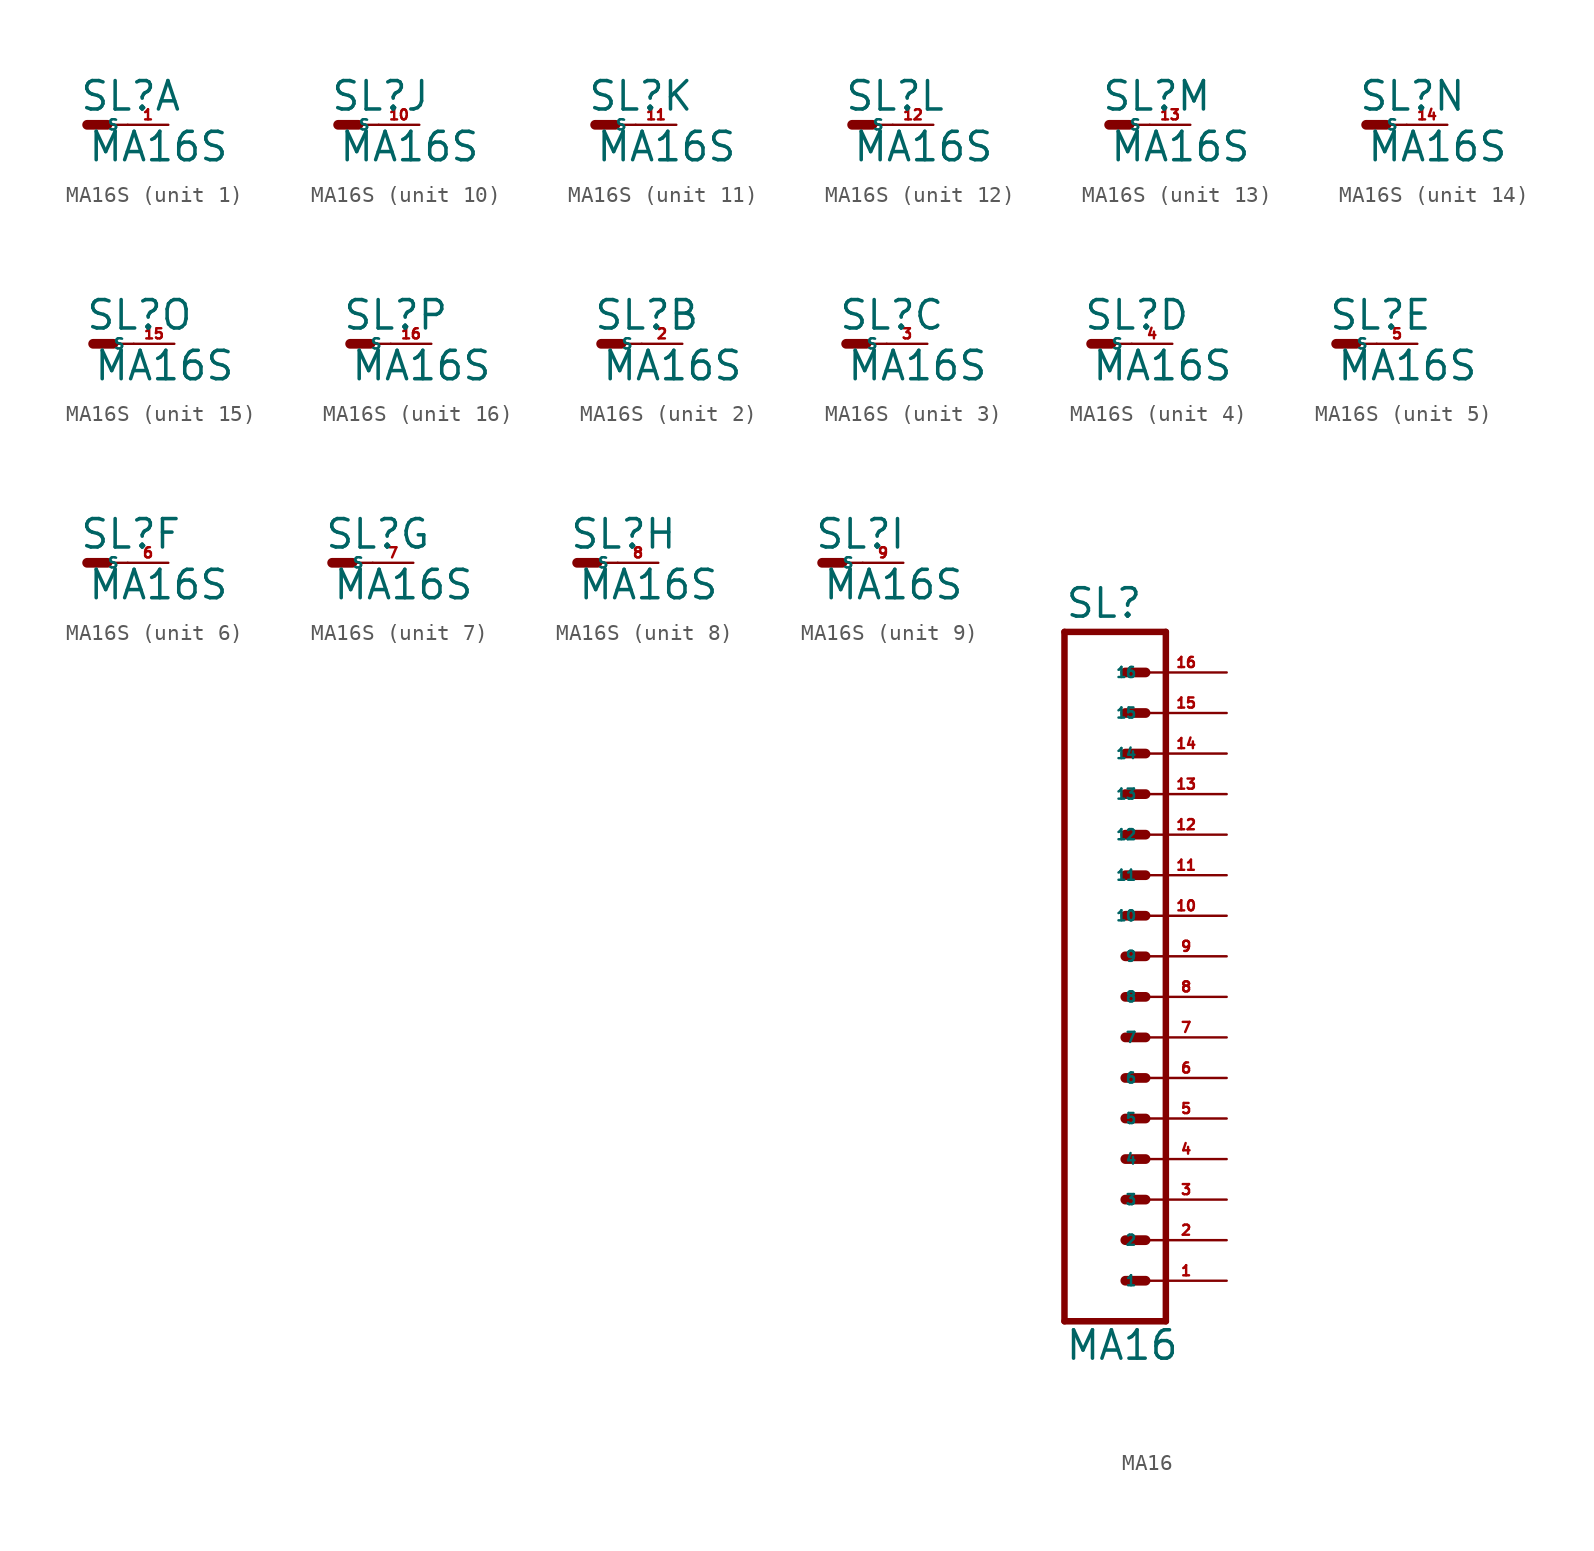
<source format=kicad_sym>
(kicad_symbol_lib
  (version 20220914)
  (generator Eagle2Kicad)
  (symbol "MA16S"
    (property "Reference" "SL"
      (at -0.508 0.762 0)
      (effects (font (size 1.778 1.778) (thickness 0.22)) (justify left bottom)))
    (property "Value" "MA16S"
      (at 0 -2.413 0)
      (effects (font (size 1.778 1.778) (thickness 0.22)) (justify left bottom)))
    (symbol "MA16S_1_0"
      (polyline (pts (xy 0 0) (xy 1.27 0)) (stroke (width 0.61) (type default)) (fill (type none)))
      (polyline (pts (xy 1.27 0) (xy 2.54 0)) (stroke (width 0.152) (type default)) (fill (type none)))
      (pin passive line (at 5.08 0 180) (length 2.54) (name "S" (effects (font (size 0.635 0.635) (thickness 0.08)) (justify left bottom))) (number "1" (effects (font (size 0.635 0.635) (thickness 0.08)) (justify left bottom)))))
    (symbol "MA16S_2_0"
      (polyline (pts (xy 0 0) (xy 1.27 0)) (stroke (width 0.61) (type default)) (fill (type none)))
      (polyline (pts (xy 1.27 0) (xy 2.54 0)) (stroke (width 0.152) (type default)) (fill (type none)))
      (pin passive line (at 5.08 0 180) (length 2.54) (name "S" (effects (font (size 0.635 0.635) (thickness 0.08)) (justify left bottom))) (number "2" (effects (font (size 0.635 0.635) (thickness 0.08)) (justify left bottom)))))
    (symbol "MA16S_3_0"
      (polyline (pts (xy 0 0) (xy 1.27 0)) (stroke (width 0.61) (type default)) (fill (type none)))
      (polyline (pts (xy 1.27 0) (xy 2.54 0)) (stroke (width 0.152) (type default)) (fill (type none)))
      (pin passive line (at 5.08 0 180) (length 2.54) (name "S" (effects (font (size 0.635 0.635) (thickness 0.08)) (justify left bottom))) (number "3" (effects (font (size 0.635 0.635) (thickness 0.08)) (justify left bottom)))))
    (symbol "MA16S_4_0"
      (polyline (pts (xy 0 0) (xy 1.27 0)) (stroke (width 0.61) (type default)) (fill (type none)))
      (polyline (pts (xy 1.27 0) (xy 2.54 0)) (stroke (width 0.152) (type default)) (fill (type none)))
      (pin passive line (at 5.08 0 180) (length 2.54) (name "S" (effects (font (size 0.635 0.635) (thickness 0.08)) (justify left bottom))) (number "4" (effects (font (size 0.635 0.635) (thickness 0.08)) (justify left bottom)))))
    (symbol "MA16S_5_0"
      (polyline (pts (xy 0 0) (xy 1.27 0)) (stroke (width 0.61) (type default)) (fill (type none)))
      (polyline (pts (xy 1.27 0) (xy 2.54 0)) (stroke (width 0.152) (type default)) (fill (type none)))
      (pin passive line (at 5.08 0 180) (length 2.54) (name "S" (effects (font (size 0.635 0.635) (thickness 0.08)) (justify left bottom))) (number "5" (effects (font (size 0.635 0.635) (thickness 0.08)) (justify left bottom)))))
    (symbol "MA16S_6_0"
      (polyline (pts (xy 0 0) (xy 1.27 0)) (stroke (width 0.61) (type default)) (fill (type none)))
      (polyline (pts (xy 1.27 0) (xy 2.54 0)) (stroke (width 0.152) (type default)) (fill (type none)))
      (pin passive line (at 5.08 0 180) (length 2.54) (name "S" (effects (font (size 0.635 0.635) (thickness 0.08)) (justify left bottom))) (number "6" (effects (font (size 0.635 0.635) (thickness 0.08)) (justify left bottom)))))
    (symbol "MA16S_7_0"
      (polyline (pts (xy 0 0) (xy 1.27 0)) (stroke (width 0.61) (type default)) (fill (type none)))
      (polyline (pts (xy 1.27 0) (xy 2.54 0)) (stroke (width 0.152) (type default)) (fill (type none)))
      (pin passive line (at 5.08 0 180) (length 2.54) (name "S" (effects (font (size 0.635 0.635) (thickness 0.08)) (justify left bottom))) (number "7" (effects (font (size 0.635 0.635) (thickness 0.08)) (justify left bottom)))))
    (symbol "MA16S_8_0"
      (polyline (pts (xy 0 0) (xy 1.27 0)) (stroke (width 0.61) (type default)) (fill (type none)))
      (polyline (pts (xy 1.27 0) (xy 2.54 0)) (stroke (width 0.152) (type default)) (fill (type none)))
      (pin passive line (at 5.08 0 180) (length 2.54) (name "S" (effects (font (size 0.635 0.635) (thickness 0.08)) (justify left bottom))) (number "8" (effects (font (size 0.635 0.635) (thickness 0.08)) (justify left bottom)))))
    (symbol "MA16S_9_0"
      (polyline (pts (xy 0 0) (xy 1.27 0)) (stroke (width 0.61) (type default)) (fill (type none)))
      (polyline (pts (xy 1.27 0) (xy 2.54 0)) (stroke (width 0.152) (type default)) (fill (type none)))
      (pin passive line (at 5.08 0 180) (length 2.54) (name "S" (effects (font (size 0.635 0.635) (thickness 0.08)) (justify left bottom))) (number "9" (effects (font (size 0.635 0.635) (thickness 0.08)) (justify left bottom)))))
    (symbol "MA16S_10_0"
      (polyline (pts (xy 0 0) (xy 1.27 0)) (stroke (width 0.61) (type default)) (fill (type none)))
      (polyline (pts (xy 1.27 0) (xy 2.54 0)) (stroke (width 0.152) (type default)) (fill (type none)))
      (pin passive line (at 5.08 0 180) (length 2.54) (name "S" (effects (font (size 0.635 0.635) (thickness 0.08)) (justify left bottom))) (number "10" (effects (font (size 0.635 0.635) (thickness 0.08)) (justify left bottom)))))
    (symbol "MA16S_11_0"
      (polyline (pts (xy 0 0) (xy 1.27 0)) (stroke (width 0.61) (type default)) (fill (type none)))
      (polyline (pts (xy 1.27 0) (xy 2.54 0)) (stroke (width 0.152) (type default)) (fill (type none)))
      (pin passive line (at 5.08 0 180) (length 2.54) (name "S" (effects (font (size 0.635 0.635) (thickness 0.08)) (justify left bottom))) (number "11" (effects (font (size 0.635 0.635) (thickness 0.08)) (justify left bottom)))))
    (symbol "MA16S_12_0"
      (polyline (pts (xy 0 0) (xy 1.27 0)) (stroke (width 0.61) (type default)) (fill (type none)))
      (polyline (pts (xy 1.27 0) (xy 2.54 0)) (stroke (width 0.152) (type default)) (fill (type none)))
      (pin passive line (at 5.08 0 180) (length 2.54) (name "S" (effects (font (size 0.635 0.635) (thickness 0.08)) (justify left bottom))) (number "12" (effects (font (size 0.635 0.635) (thickness 0.08)) (justify left bottom)))))
    (symbol "MA16S_13_0"
      (polyline (pts (xy 0 0) (xy 1.27 0)) (stroke (width 0.61) (type default)) (fill (type none)))
      (polyline (pts (xy 1.27 0) (xy 2.54 0)) (stroke (width 0.152) (type default)) (fill (type none)))
      (pin passive line (at 5.08 0 180) (length 2.54) (name "S" (effects (font (size 0.635 0.635) (thickness 0.08)) (justify left bottom))) (number "13" (effects (font (size 0.635 0.635) (thickness 0.08)) (justify left bottom)))))
    (symbol "MA16S_14_0"
      (polyline (pts (xy 0 0) (xy 1.27 0)) (stroke (width 0.61) (type default)) (fill (type none)))
      (polyline (pts (xy 1.27 0) (xy 2.54 0)) (stroke (width 0.152) (type default)) (fill (type none)))
      (pin passive line (at 5.08 0 180) (length 2.54) (name "S" (effects (font (size 0.635 0.635) (thickness 0.08)) (justify left bottom))) (number "14" (effects (font (size 0.635 0.635) (thickness 0.08)) (justify left bottom)))))
    (symbol "MA16S_15_0"
      (polyline (pts (xy 0 0) (xy 1.27 0)) (stroke (width 0.61) (type default)) (fill (type none)))
      (polyline (pts (xy 1.27 0) (xy 2.54 0)) (stroke (width 0.152) (type default)) (fill (type none)))
      (pin passive line (at 5.08 0 180) (length 2.54) (name "S" (effects (font (size 0.635 0.635) (thickness 0.08)) (justify left bottom))) (number "15" (effects (font (size 0.635 0.635) (thickness 0.08)) (justify left bottom)))))
    (symbol "MA16S_16_0"
      (polyline (pts (xy 0 0) (xy 1.27 0)) (stroke (width 0.61) (type default)) (fill (type none)))
      (polyline (pts (xy 1.27 0) (xy 2.54 0)) (stroke (width 0.152) (type default)) (fill (type none)))
      (pin passive line (at 5.08 0 180) (length 2.54) (name "S" (effects (font (size 0.635 0.635) (thickness 0.08)) (justify left bottom))) (number "16" (effects (font (size 0.635 0.635) (thickness 0.08)) (justify left bottom))))))
  (symbol "MA16"
    (property "Reference" "SL"
      (at -5.08 18.542 0)
      (effects (font (size 1.778 1.778) (thickness 0.22)) (justify left bottom)))
    (property "Value" "MA16"
      (at -5.08 -27.94 0)
      (effects (font (size 1.778 1.778) (thickness 0.22)) (justify left bottom)))
    (polyline
      (pts (xy 1.27 -25.4) (xy -5.08 -25.4))
      (stroke (width 0.406) (type default))
      (fill (type none)))
    (polyline
      (pts (xy -1.27 -17.78) (xy 0 -17.78))
      (stroke (width 0.61) (type default))
      (fill (type none)))
    (polyline
      (pts (xy -1.27 -20.32) (xy 0 -20.32))
      (stroke (width 0.61) (type default))
      (fill (type none)))
    (polyline
      (pts (xy -1.27 -22.86) (xy 0 -22.86))
      (stroke (width 0.61) (type default))
      (fill (type none)))
    (polyline
      (pts (xy -5.08 17.78) (xy -5.08 -25.4))
      (stroke (width 0.406) (type default))
      (fill (type none)))
    (polyline
      (pts (xy 1.27 -25.4) (xy 1.27 17.78))
      (stroke (width 0.406) (type default))
      (fill (type none)))
    (polyline
      (pts (xy -5.08 17.78) (xy 1.27 17.78))
      (stroke (width 0.406) (type default))
      (fill (type none)))
    (polyline
      (pts (xy -1.27 -12.7) (xy 0 -12.7))
      (stroke (width 0.61) (type default))
      (fill (type none)))
    (polyline
      (pts (xy -1.27 -15.24) (xy 0 -15.24))
      (stroke (width 0.61) (type default))
      (fill (type none)))
    (polyline
      (pts (xy -1.27 -10.16) (xy 0 -10.16))
      (stroke (width 0.61) (type default))
      (fill (type none)))
    (polyline
      (pts (xy -1.27 -7.62) (xy 0 -7.62))
      (stroke (width 0.61) (type default))
      (fill (type none)))
    (polyline
      (pts (xy -1.27 -5.08) (xy 0 -5.08))
      (stroke (width 0.61) (type default))
      (fill (type none)))
    (polyline
      (pts (xy -1.27 -2.54) (xy 0 -2.54))
      (stroke (width 0.61) (type default))
      (fill (type none)))
    (polyline
      (pts (xy -1.27 0) (xy 0 0))
      (stroke (width 0.61) (type default))
      (fill (type none)))
    (polyline
      (pts (xy -1.27 2.54) (xy 0 2.54))
      (stroke (width 0.61) (type default))
      (fill (type none)))
    (polyline
      (pts (xy -1.27 5.08) (xy 0 5.08))
      (stroke (width 0.61) (type default))
      (fill (type none)))
    (polyline
      (pts (xy -1.27 7.62) (xy 0 7.62))
      (stroke (width 0.61) (type default))
      (fill (type none)))
    (polyline
      (pts (xy -1.27 10.16) (xy 0 10.16))
      (stroke (width 0.61) (type default))
      (fill (type none)))
    (polyline
      (pts (xy -1.27 12.7) (xy 0 12.7))
      (stroke (width 0.61) (type default))
      (fill (type none)))
    (polyline
      (pts (xy -1.27 15.24) (xy 0 15.24))
      (stroke (width 0.61) (type default))
      (fill (type none)))
    (pin passive line
      (at 5.08 -22.86 180)
      (length 5.08)
      (name "1" (effects (font (size 0.635 0.635) (thickness 0.08)) (justify left bottom)))
      (number "1" (effects (font (size 0.635 0.635) (thickness 0.08)) (justify left bottom))))
    (pin passive line
      (at 5.08 -20.32 180)
      (length 5.08)
      (name "2" (effects (font (size 0.635 0.635) (thickness 0.08)) (justify left bottom)))
      (number "2" (effects (font (size 0.635 0.635) (thickness 0.08)) (justify left bottom))))
    (pin passive line
      (at 5.08 -17.78 180)
      (length 5.08)
      (name "3" (effects (font (size 0.635 0.635) (thickness 0.08)) (justify left bottom)))
      (number "3" (effects (font (size 0.635 0.635) (thickness 0.08)) (justify left bottom))))
    (pin passive line
      (at 5.08 -15.24 180)
      (length 5.08)
      (name "4" (effects (font (size 0.635 0.635) (thickness 0.08)) (justify left bottom)))
      (number "4" (effects (font (size 0.635 0.635) (thickness 0.08)) (justify left bottom))))
    (pin passive line
      (at 5.08 -12.7 180)
      (length 5.08)
      (name "5" (effects (font (size 0.635 0.635) (thickness 0.08)) (justify left bottom)))
      (number "5" (effects (font (size 0.635 0.635) (thickness 0.08)) (justify left bottom))))
    (pin passive line
      (at 5.08 -10.16 180)
      (length 5.08)
      (name "6" (effects (font (size 0.635 0.635) (thickness 0.08)) (justify left bottom)))
      (number "6" (effects (font (size 0.635 0.635) (thickness 0.08)) (justify left bottom))))
    (pin passive line
      (at 5.08 -7.62 180)
      (length 5.08)
      (name "7" (effects (font (size 0.635 0.635) (thickness 0.08)) (justify left bottom)))
      (number "7" (effects (font (size 0.635 0.635) (thickness 0.08)) (justify left bottom))))
    (pin passive line
      (at 5.08 -5.08 180)
      (length 5.08)
      (name "8" (effects (font (size 0.635 0.635) (thickness 0.08)) (justify left bottom)))
      (number "8" (effects (font (size 0.635 0.635) (thickness 0.08)) (justify left bottom))))
    (pin passive line
      (at 5.08 -2.54 180)
      (length 5.08)
      (name "9" (effects (font (size 0.635 0.635) (thickness 0.08)) (justify left bottom)))
      (number "9" (effects (font (size 0.635 0.635) (thickness 0.08)) (justify left bottom))))
    (pin passive line
      (at 5.08 0 180)
      (length 5.08)
      (name "10" (effects (font (size 0.635 0.635) (thickness 0.08)) (justify left bottom)))
      (number "10" (effects (font (size 0.635 0.635) (thickness 0.08)) (justify left bottom))))
    (pin passive line
      (at 5.08 2.54 180)
      (length 5.08)
      (name "11" (effects (font (size 0.635 0.635) (thickness 0.08)) (justify left bottom)))
      (number "11" (effects (font (size 0.635 0.635) (thickness 0.08)) (justify left bottom))))
    (pin passive line
      (at 5.08 5.08 180)
      (length 5.08)
      (name "12" (effects (font (size 0.635 0.635) (thickness 0.08)) (justify left bottom)))
      (number "12" (effects (font (size 0.635 0.635) (thickness 0.08)) (justify left bottom))))
    (pin passive line
      (at 5.08 7.62 180)
      (length 5.08)
      (name "13" (effects (font (size 0.635 0.635) (thickness 0.08)) (justify left bottom)))
      (number "13" (effects (font (size 0.635 0.635) (thickness 0.08)) (justify left bottom))))
    (pin passive line
      (at 5.08 10.16 180)
      (length 5.08)
      (name "14" (effects (font (size 0.635 0.635) (thickness 0.08)) (justify left bottom)))
      (number "14" (effects (font (size 0.635 0.635) (thickness 0.08)) (justify left bottom))))
    (pin passive line
      (at 5.08 12.7 180)
      (length 5.08)
      (name "15" (effects (font (size 0.635 0.635) (thickness 0.08)) (justify left bottom)))
      (number "15" (effects (font (size 0.635 0.635) (thickness 0.08)) (justify left bottom))))
    (pin passive line
      (at 5.08 15.24 180)
      (length 5.08)
      (name "16" (effects (font (size 0.635 0.635) (thickness 0.08)) (justify left bottom)))
      (number "16" (effects (font (size 0.635 0.635) (thickness 0.08)) (justify left bottom))))))
</source>
